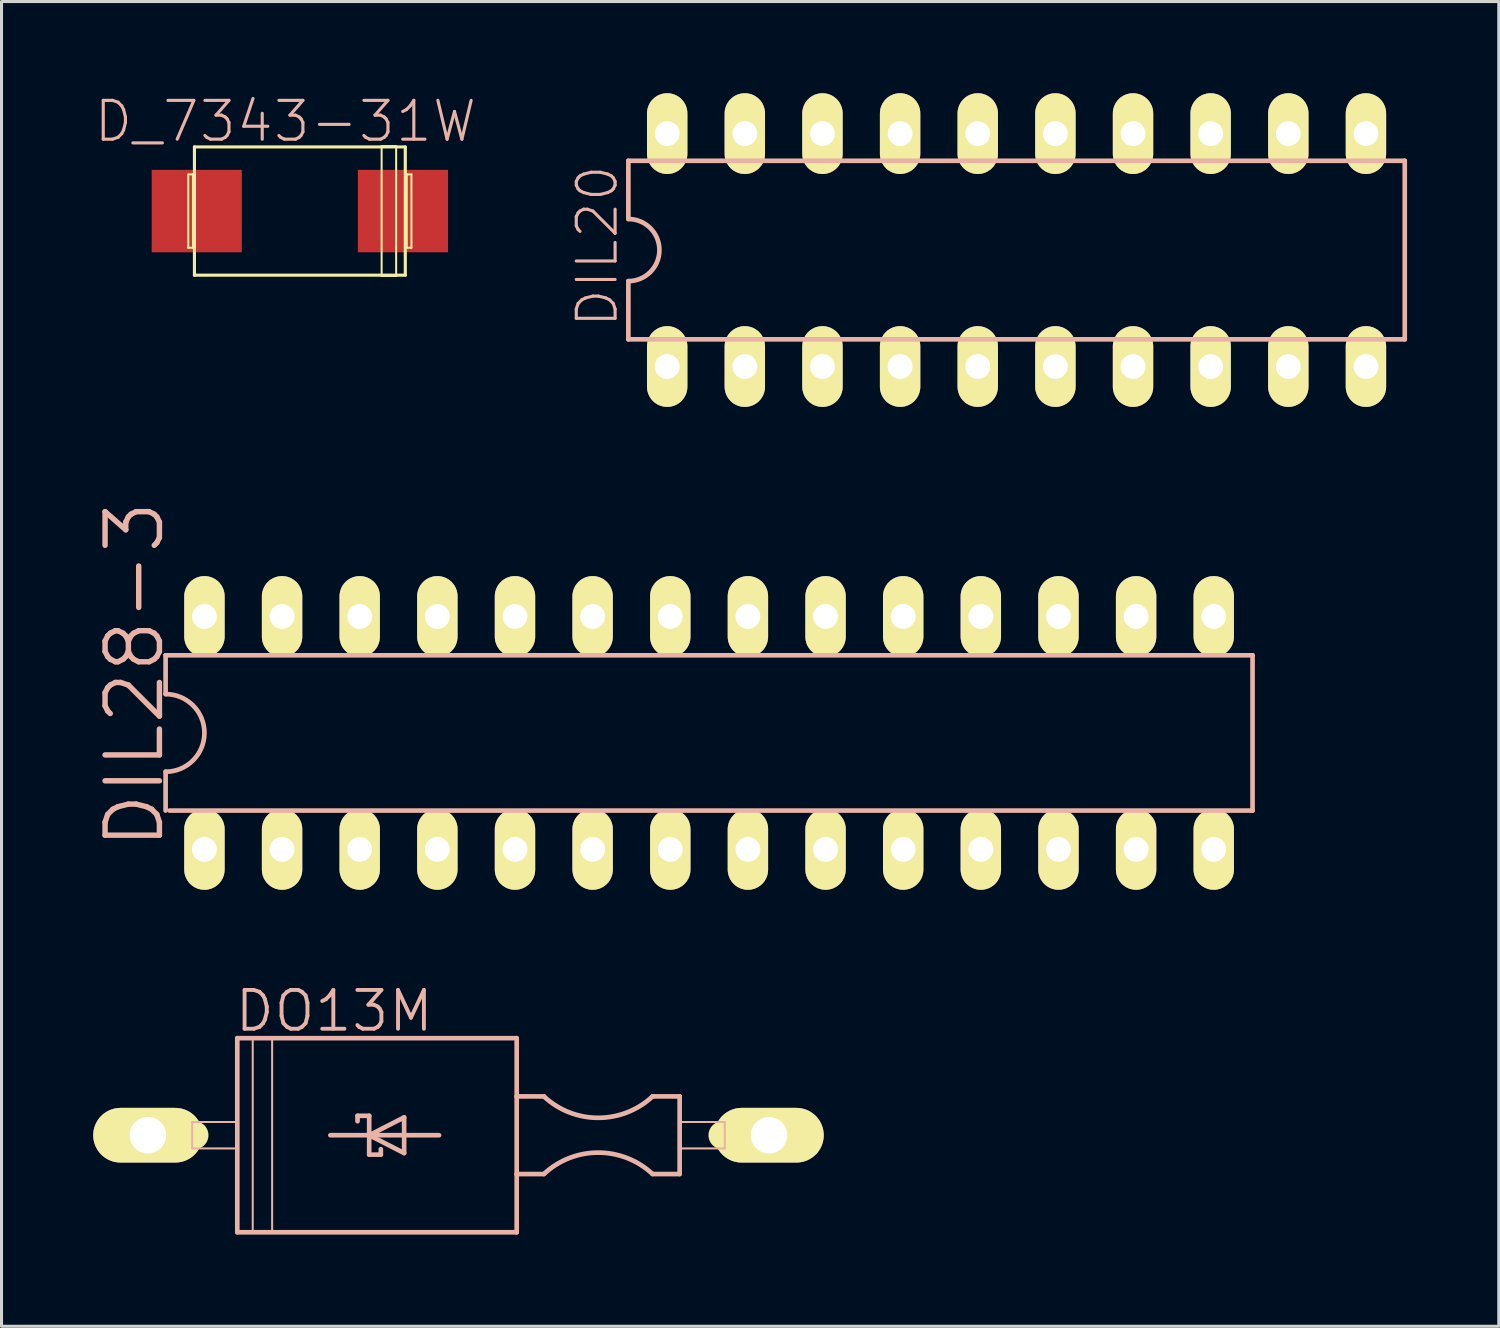
<source format=kicad_pcb>
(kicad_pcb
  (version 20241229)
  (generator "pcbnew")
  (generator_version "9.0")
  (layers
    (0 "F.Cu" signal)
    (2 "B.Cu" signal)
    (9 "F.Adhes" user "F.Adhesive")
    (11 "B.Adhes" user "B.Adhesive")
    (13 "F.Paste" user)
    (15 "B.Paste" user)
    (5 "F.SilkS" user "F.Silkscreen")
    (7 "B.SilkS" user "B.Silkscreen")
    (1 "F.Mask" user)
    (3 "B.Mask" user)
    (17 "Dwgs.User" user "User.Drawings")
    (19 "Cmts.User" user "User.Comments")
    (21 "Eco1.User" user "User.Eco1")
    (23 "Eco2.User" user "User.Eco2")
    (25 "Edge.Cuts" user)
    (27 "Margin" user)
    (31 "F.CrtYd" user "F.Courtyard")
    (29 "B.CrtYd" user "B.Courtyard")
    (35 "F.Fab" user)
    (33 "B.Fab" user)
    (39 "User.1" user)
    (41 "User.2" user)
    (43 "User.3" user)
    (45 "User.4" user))
  (footprint "DIL28-3"
    (layer "F.Cu")
    (at 20.148 20.928)
    (property "Reference" "DIL28-3" (at -18.796 -1.905 90) (layer "B.SilkS") (effects (font (size 1.778 1.778) (thickness 0.178))))
    (attr exclude_from_pos_files exclude_from_bom)
    (fp_line (start -17.78 -2.54) (end -17.78 -1.27) (stroke (width 0.152) (type solid)) (layer "B.SilkS"))
    (fp_line (start -17.78 -2.54) (end 17.78 -2.54) (stroke (width 0.152) (type solid)) (layer "B.SilkS"))
    (fp_line (start -17.78 1.27) (end -17.78 2.54) (stroke (width 0.152) (type solid)) (layer "B.SilkS"))
    (fp_line (start -17.65 2.54) (end 17.78 2.54) (stroke (width 0.152) (type solid)) (layer "B.SilkS"))
    (fp_line (start 17.78 2.54) (end 17.78 -2.54) (stroke (width 0.152) (type solid)) (layer "B.SilkS"))
    (fp_arc (start -17.78 -1.27) (mid -16.51 0) (end -17.78 1.27) (stroke (width 0.1524) (type solid)) (layer "B.SilkS"))
    (pad "1" thru_hole oval (at -16.51 3.81 180) (size 1.321 2.642) (drill 0.813) (layers "*.Cu" "F.Mask" "F.SilkS" "F.Paste"))
    (pad "2" thru_hole oval (at -13.97 3.81 180) (size 1.321 2.642) (drill 0.813) (layers "*.Cu" "F.Mask" "F.SilkS" "F.Paste"))
    (pad "3" thru_hole oval (at -11.43 3.81 180) (size 1.321 2.642) (drill 0.813) (layers "*.Cu" "F.Mask" "F.SilkS" "F.Paste"))
    (pad "4" thru_hole oval (at -8.89 3.81 180) (size 1.321 2.642) (drill 0.813) (layers "*.Cu" "F.Mask" "F.SilkS" "F.Paste"))
    (pad "5" thru_hole oval (at -6.35 3.81 180) (size 1.321 2.642) (drill 0.813) (layers "*.Cu" "F.Mask" "F.SilkS" "F.Paste"))
    (pad "6" thru_hole oval (at -3.81 3.81 180) (size 1.321 2.642) (drill 0.813) (layers "*.Cu" "F.Mask" "F.SilkS" "F.Paste"))
    (pad "7" thru_hole oval (at -1.27 3.81 180) (size 1.321 2.642) (drill 0.813) (layers "*.Cu" "F.Mask" "F.SilkS" "F.Paste"))
    (pad "8" thru_hole oval (at 1.27 3.81 180) (size 1.321 2.642) (drill 0.813) (layers "*.Cu" "F.Mask" "F.SilkS" "F.Paste"))
    (pad "9" thru_hole oval (at 3.81 3.81 180) (size 1.321 2.642) (drill 0.813) (layers "*.Cu" "F.Mask" "F.SilkS" "F.Paste"))
    (pad "10" thru_hole oval (at 6.35 3.81 180) (size 1.321 2.642) (drill 0.813) (layers "*.Cu" "F.Mask" "F.SilkS" "F.Paste"))
    (pad "11" thru_hole oval (at 8.89 3.81 180) (size 1.321 2.642) (drill 0.813) (layers "*.Cu" "F.Mask" "F.SilkS" "F.Paste"))
    (pad "12" thru_hole oval (at 11.43 3.81 180) (size 1.321 2.642) (drill 0.813) (layers "*.Cu" "F.Mask" "F.SilkS" "F.Paste"))
    (pad "13" thru_hole oval (at 13.97 3.81 180) (size 1.321 2.642) (drill 0.813) (layers "*.Cu" "F.Mask" "F.SilkS" "F.Paste"))
    (pad "14" thru_hole oval (at 16.51 3.81 180) (size 1.321 2.642) (drill 0.813) (layers "*.Cu" "F.Mask" "F.SilkS" "F.Paste"))
    (pad "15" thru_hole oval (at 16.51 -3.81 180) (size 1.321 2.642) (drill 0.813) (layers "*.Cu" "F.Mask" "F.SilkS" "F.Paste"))
    (pad "16" thru_hole oval (at 13.97 -3.81 180) (size 1.321 2.642) (drill 0.813) (layers "*.Cu" "F.Mask" "F.SilkS" "F.Paste"))
    (pad "17" thru_hole oval (at 11.43 -3.81 180) (size 1.321 2.642) (drill 0.813) (layers "*.Cu" "F.Mask" "F.SilkS" "F.Paste"))
    (pad "18" thru_hole oval (at 8.89 -3.81 180) (size 1.321 2.642) (drill 0.813) (layers "*.Cu" "F.Mask" "F.SilkS" "F.Paste"))
    (pad "19" thru_hole oval (at 6.35 -3.81 180) (size 1.321 2.642) (drill 0.813) (layers "*.Cu" "F.Mask" "F.SilkS" "F.Paste"))
    (pad "20" thru_hole oval (at 3.81 -3.81 180) (size 1.321 2.642) (drill 0.813) (layers "*.Cu" "F.Mask" "F.SilkS" "F.Paste"))
    (pad "21" thru_hole oval (at 1.27 -3.81 180) (size 1.321 2.642) (drill 0.813) (layers "*.Cu" "F.Mask" "F.SilkS" "F.Paste"))
    (pad "22" thru_hole oval (at -1.27 -3.81 180) (size 1.321 2.642) (drill 0.813) (layers "*.Cu" "F.Mask" "F.SilkS" "F.Paste"))
    (pad "23" thru_hole oval (at -3.81 -3.81 180) (size 1.321 2.642) (drill 0.813) (layers "*.Cu" "F.Mask" "F.SilkS" "F.Paste"))
    (pad "24" thru_hole oval (at -6.35 -3.81 180) (size 1.321 2.642) (drill 0.813) (layers "*.Cu" "F.Mask" "F.SilkS" "F.Paste"))
    (pad "25" thru_hole oval (at -8.89 -3.81 180) (size 1.321 2.642) (drill 0.813) (layers "*.Cu" "F.Mask" "F.SilkS" "F.Paste"))
    (pad "26" thru_hole oval (at -11.43 -3.81 180) (size 1.321 2.642) (drill 0.813) (layers "*.Cu" "F.Mask" "F.SilkS" "F.Paste"))
    (pad "27" thru_hole oval (at -13.97 -3.81 180) (size 1.321 2.642) (drill 0.813) (layers "*.Cu" "F.Mask" "F.SilkS" "F.Paste"))
    (pad "28" thru_hole oval (at -16.51 -3.81 180) (size 1.321 2.642) (drill 0.813) (layers "*.Cu" "F.Mask" "F.SilkS" "F.Paste")))
  (footprint "DIL20"
    (layer "F.Cu")
    (at 30.207 5.131)
    (property "Reference" "DIL20" (at -13.716 -0.127 90) (layer "B.SilkS") (effects (font (size 1.27 1.27) (thickness 0.102))))
    (attr exclude_from_pos_files exclude_from_bom)
    (fp_line (start -12.7 -2.921) (end -12.7 -1.016) (stroke (width 0.152) (type solid)) (layer "B.SilkS"))
    (fp_line (start -12.7 2.921) (end -12.7 1.016) (stroke (width 0.152) (type solid)) (layer "B.SilkS"))
    (fp_line (start -12.7 2.921) (end 12.7 2.921) (stroke (width 0.152) (type solid)) (layer "B.SilkS"))
    (fp_line (start 12.7 -2.921) (end -12.7 -2.921) (stroke (width 0.152) (type solid)) (layer "B.SilkS"))
    (fp_line (start 12.7 -2.921) (end 12.7 2.921) (stroke (width 0.152) (type solid)) (layer "B.SilkS"))
    (fp_arc (start -12.7 -1.016) (mid -11.684 0) (end -12.7 1.016) (stroke (width 0.1524) (type solid)) (layer "B.SilkS"))
    (pad "1" thru_hole oval (at -11.43 3.81 180) (size 1.321 2.642) (drill 0.813) (layers "*.Cu" "F.Mask" "F.SilkS" "F.Paste"))
    (pad "2" thru_hole oval (at -8.89 3.81 180) (size 1.321 2.642) (drill 0.813) (layers "*.Cu" "F.Mask" "F.SilkS" "F.Paste"))
    (pad "3" thru_hole oval (at -6.35 3.81 180) (size 1.321 2.642) (drill 0.813) (layers "*.Cu" "F.Mask" "F.SilkS" "F.Paste"))
    (pad "4" thru_hole oval (at -3.81 3.81 180) (size 1.321 2.642) (drill 0.813) (layers "*.Cu" "F.Mask" "F.SilkS" "F.Paste"))
    (pad "5" thru_hole oval (at -1.27 3.81 180) (size 1.321 2.642) (drill 0.813) (layers "*.Cu" "F.Mask" "F.SilkS" "F.Paste"))
    (pad "6" thru_hole oval (at 1.27 3.81 180) (size 1.321 2.642) (drill 0.813) (layers "*.Cu" "F.Mask" "F.SilkS" "F.Paste"))
    (pad "7" thru_hole oval (at 3.81 3.81 180) (size 1.321 2.642) (drill 0.813) (layers "*.Cu" "F.Mask" "F.SilkS" "F.Paste"))
    (pad "8" thru_hole oval (at 6.35 3.81 180) (size 1.321 2.642) (drill 0.813) (layers "*.Cu" "F.Mask" "F.SilkS" "F.Paste"))
    (pad "9" thru_hole oval (at 8.89 3.81 180) (size 1.321 2.642) (drill 0.813) (layers "*.Cu" "F.Mask" "F.SilkS" "F.Paste"))
    (pad "10" thru_hole oval (at 11.43 3.81 180) (size 1.321 2.642) (drill 0.813) (layers "*.Cu" "F.Mask" "F.SilkS" "F.Paste"))
    (pad "11" thru_hole oval (at 11.43 -3.81 180) (size 1.321 2.642) (drill 0.813) (layers "*.Cu" "F.Mask" "F.SilkS" "F.Paste"))
    (pad "12" thru_hole oval (at 8.89 -3.81 180) (size 1.321 2.642) (drill 0.813) (layers "*.Cu" "F.Mask" "F.SilkS" "F.Paste"))
    (pad "13" thru_hole oval (at 6.35 -3.81 180) (size 1.321 2.642) (drill 0.813) (layers "*.Cu" "F.Mask" "F.SilkS" "F.Paste"))
    (pad "14" thru_hole oval (at 3.81 -3.81 180) (size 1.321 2.642) (drill 0.813) (layers "*.Cu" "F.Mask" "F.SilkS" "F.Paste"))
    (pad "15" thru_hole oval (at 1.27 -3.81 180) (size 1.321 2.642) (drill 0.813) (layers "*.Cu" "F.Mask" "F.SilkS" "F.Paste"))
    (pad "16" thru_hole oval (at -1.27 -3.81 180) (size 1.321 2.642) (drill 0.813) (layers "*.Cu" "F.Mask" "F.SilkS" "F.Paste"))
    (pad "17" thru_hole oval (at -3.81 -3.81 180) (size 1.321 2.642) (drill 0.813) (layers "*.Cu" "F.Mask" "F.SilkS" "F.Paste"))
    (pad "18" thru_hole oval (at -6.35 -3.81 180) (size 1.321 2.642) (drill 0.813) (layers "*.Cu" "F.Mask" "F.SilkS" "F.Paste"))
    (pad "19" thru_hole oval (at -8.89 -3.81 180) (size 1.321 2.642) (drill 0.813) (layers "*.Cu" "F.Mask" "F.SilkS" "F.Paste"))
    (pad "20" thru_hole oval (at -11.43 -3.81 180) (size 1.321 2.642) (drill 0.813) (layers "*.Cu" "F.Mask" "F.SilkS" "F.Paste")))
  (footprint "DO13M"
    (layer "F.Cu")
    (at 11.949 34.089)
    (property "Reference" "DO13M" (at -4.064 -4.064 0) (layer "B.SilkS") (effects (font (size 1.27 1.27) (thickness 0.127))))
    (attr exclude_from_pos_files exclude_from_bom)
    (fp_line (start -8.636 0) (end -10.16 0) (stroke (width 0.914) (type solid)) (layer "F.SilkS"))
    (fp_line (start 10.16 0) (end 8.636 0) (stroke (width 0.914) (type solid)) (layer "F.SilkS"))
    (fp_line (start -8.712 -0.432) (end -7.236 -0.432) (stroke (width 0.066) (type solid)) (layer "B.SilkS"))
    (fp_line (start -8.712 0.432) (end -8.712 -0.432) (stroke (width 0.066) (type solid)) (layer "B.SilkS"))
    (fp_line (start -8.712 0.432) (end -7.236 0.432) (stroke (width 0.066) (type solid)) (layer "B.SilkS"))
    (fp_line (start -7.236 -3.175) (end -7.236 3.175) (stroke (width 0.152) (type solid)) (layer "B.SilkS"))
    (fp_line (start -7.236 0.432) (end -7.236 -0.432) (stroke (width 0.066) (type solid)) (layer "B.SilkS"))
    (fp_line (start -7.236 3.175) (end 1.905 3.175) (stroke (width 0.152) (type solid)) (layer "B.SilkS"))
    (fp_line (start -6.731 -3.175) (end -6.096 -3.175) (stroke (width 0.066) (type solid)) (layer "B.SilkS"))
    (fp_line (start -6.731 3.175) (end -6.731 -3.175) (stroke (width 0.066) (type solid)) (layer "B.SilkS"))
    (fp_line (start -6.731 3.175) (end -6.096 3.175) (stroke (width 0.066) (type solid)) (layer "B.SilkS"))
    (fp_line (start -6.096 3.175) (end -6.096 -3.175) (stroke (width 0.066) (type solid)) (layer "B.SilkS"))
    (fp_line (start -4.191 0) (end -2.921 0) (stroke (width 0.152) (type solid)) (layer "B.SilkS"))
    (fp_line (start -3.302 -0.635) (end -2.921 -0.635) (stroke (width 0.152) (type solid)) (layer "B.SilkS"))
    (fp_line (start -3.302 -0.457) (end -3.302 -0.635) (stroke (width 0.152) (type solid)) (layer "B.SilkS"))
    (fp_line (start -2.921 -0.635) (end -2.921 0) (stroke (width 0.152) (type solid)) (layer "B.SilkS"))
    (fp_line (start -2.921 0) (end -1.778 -0.584) (stroke (width 0.152) (type solid)) (layer "B.SilkS"))
    (fp_line (start -2.921 0) (end -0.635 0) (stroke (width 0.152) (type solid)) (layer "B.SilkS"))
    (fp_line (start -2.921 0.635) (end -2.921 0) (stroke (width 0.152) (type solid)) (layer "B.SilkS"))
    (fp_line (start -2.54 0.457) (end -2.54 0.635) (stroke (width 0.152) (type solid)) (layer "B.SilkS"))
    (fp_line (start -2.54 0.635) (end -2.921 0.635) (stroke (width 0.152) (type solid)) (layer "B.SilkS"))
    (fp_line (start -1.778 -0.584) (end -1.778 0.584) (stroke (width 0.152) (type solid)) (layer "B.SilkS"))
    (fp_line (start -1.778 0.584) (end -2.921 0) (stroke (width 0.152) (type solid)) (layer "B.SilkS"))
    (fp_line (start 1.905 -3.175) (end -7.236 -3.175) (stroke (width 0.152) (type solid)) (layer "B.SilkS"))
    (fp_line (start 1.905 -1.27) (end 1.905 -3.175) (stroke (width 0.152) (type solid)) (layer "B.SilkS"))
    (fp_line (start 1.905 1.27) (end 1.905 -1.27) (stroke (width 0.152) (type solid)) (layer "B.SilkS"))
    (fp_line (start 1.905 1.27) (end 2.794 1.27) (stroke (width 0.152) (type solid)) (layer "B.SilkS"))
    (fp_line (start 1.905 3.175) (end 1.905 1.27) (stroke (width 0.152) (type solid)) (layer "B.SilkS"))
    (fp_line (start 2.794 -1.27) (end 1.905 -1.27) (stroke (width 0.152) (type solid)) (layer "B.SilkS"))
    (fp_line (start 6.35 1.27) (end 7.236 1.27) (stroke (width 0.152) (type solid)) (layer "B.SilkS"))
    (fp_line (start 7.236 -1.27) (end 6.35 -1.27) (stroke (width 0.152) (type solid)) (layer "B.SilkS"))
    (fp_line (start 7.236 -0.432) (end 8.712 -0.432) (stroke (width 0.066) (type solid)) (layer "B.SilkS"))
    (fp_line (start 7.236 0.432) (end 7.236 -0.432) (stroke (width 0.066) (type solid)) (layer "B.SilkS"))
    (fp_line (start 7.236 0.432) (end 8.712 0.432) (stroke (width 0.066) (type solid)) (layer "B.SilkS"))
    (fp_line (start 7.236 1.27) (end 7.236 -1.27) (stroke (width 0.152) (type solid)) (layer "B.SilkS"))
    (fp_line (start 8.712 0.432) (end 8.712 -0.432) (stroke (width 0.066) (type solid)) (layer "B.SilkS"))
    (fp_arc (start 2.794 1.27) (mid 4.57086 0.569178) (end 6.348333 1.268445) (stroke (width 0.1524) (type solid)) (layer "B.SilkS"))
    (fp_arc (start 6.35 -1.27) (mid 4.57314 -0.569178) (end 2.795667 -1.268445) (stroke (width 0.1524) (type solid)) (layer "B.SilkS"))
    (pad "A" thru_hole oval (at 10.16 0 90) (size 1.788 3.579) (drill 1.194) (layers "*.Cu" "F.Mask" "F.SilkS" "F.Paste"))
    (pad "C" thru_hole oval (at -10.16 0 90) (size 1.788 3.579) (drill 1.194) (layers "*.Cu" "F.Mask" "F.SilkS" "F.Paste")))
  (footprint "D_7343-31W"
    (layer "F.Cu")
    (at 6.76 3.855)
    (property "Reference" "D_7343-31W" (at -0.475 -2.934 0) (layer "B.SilkS") (effects (font (size 1.27 1.27) (thickness 0.102))))
    (attr smd)
    (fp_line (start -3.65 -1.199) (end -3.498 -1.199) (stroke (width 0.066) (type solid)) (layer "F.SilkS"))
    (fp_line (start -3.65 1.199) (end -3.65 -1.199) (stroke (width 0.066) (type solid)) (layer "F.SilkS"))
    (fp_line (start -3.65 1.199) (end -3.498 1.199) (stroke (width 0.066) (type solid)) (layer "F.SilkS"))
    (fp_line (start -3.498 1.199) (end -3.498 -1.199) (stroke (width 0.066) (type solid)) (layer "F.SilkS"))
    (fp_line (start -3.449 -2.098) (end 3.449 -2.098) (stroke (width 0.102) (type solid)) (layer "F.SilkS"))
    (fp_line (start -3.449 2.098) (end -3.449 -2.098) (stroke (width 0.102) (type solid)) (layer "F.SilkS"))
    (fp_line (start 2.675 -2.123) (end 3.15 -2.123) (stroke (width 0.066) (type solid)) (layer "F.SilkS"))
    (fp_line (start 2.675 2.123) (end 2.675 -2.123) (stroke (width 0.066) (type solid)) (layer "F.SilkS"))
    (fp_line (start 2.675 2.123) (end 3.15 2.123) (stroke (width 0.066) (type solid)) (layer "F.SilkS"))
    (fp_line (start 3.15 2.123) (end 3.15 -2.123) (stroke (width 0.066) (type solid)) (layer "F.SilkS"))
    (fp_line (start 3.449 -2.098) (end 3.449 2.098) (stroke (width 0.102) (type solid)) (layer "F.SilkS"))
    (fp_line (start 3.449 2.098) (end -3.449 2.098) (stroke (width 0.102) (type solid)) (layer "F.SilkS"))
    (fp_line (start 3.498 -1.199) (end 3.65 -1.199) (stroke (width 0.066) (type solid)) (layer "F.SilkS"))
    (fp_line (start 3.498 1.199) (end 3.498 -1.199) (stroke (width 0.066) (type solid)) (layer "F.SilkS"))
    (fp_line (start 3.498 1.199) (end 3.65 1.199) (stroke (width 0.066) (type solid)) (layer "F.SilkS"))
    (fp_line (start 3.65 1.199) (end 3.65 -1.199) (stroke (width 0.066) (type solid)) (layer "F.SilkS"))
    (pad "+" smd rect (at 3.373 0) (size 2.949 2.697) (layers "F.Cu" "F.Mask" "F.Paste"))
    (pad "-" smd rect (at -3.373 0) (size 2.949 2.697) (layers "F.Cu" "F.Mask" "F.Paste")))
  (gr_rect
    (start -3 -3)
    (end 45.983 40.34)
    (stroke (width 0.1) (type default))
    (fill no)
    (layer "Edge.Cuts")))
</source>
